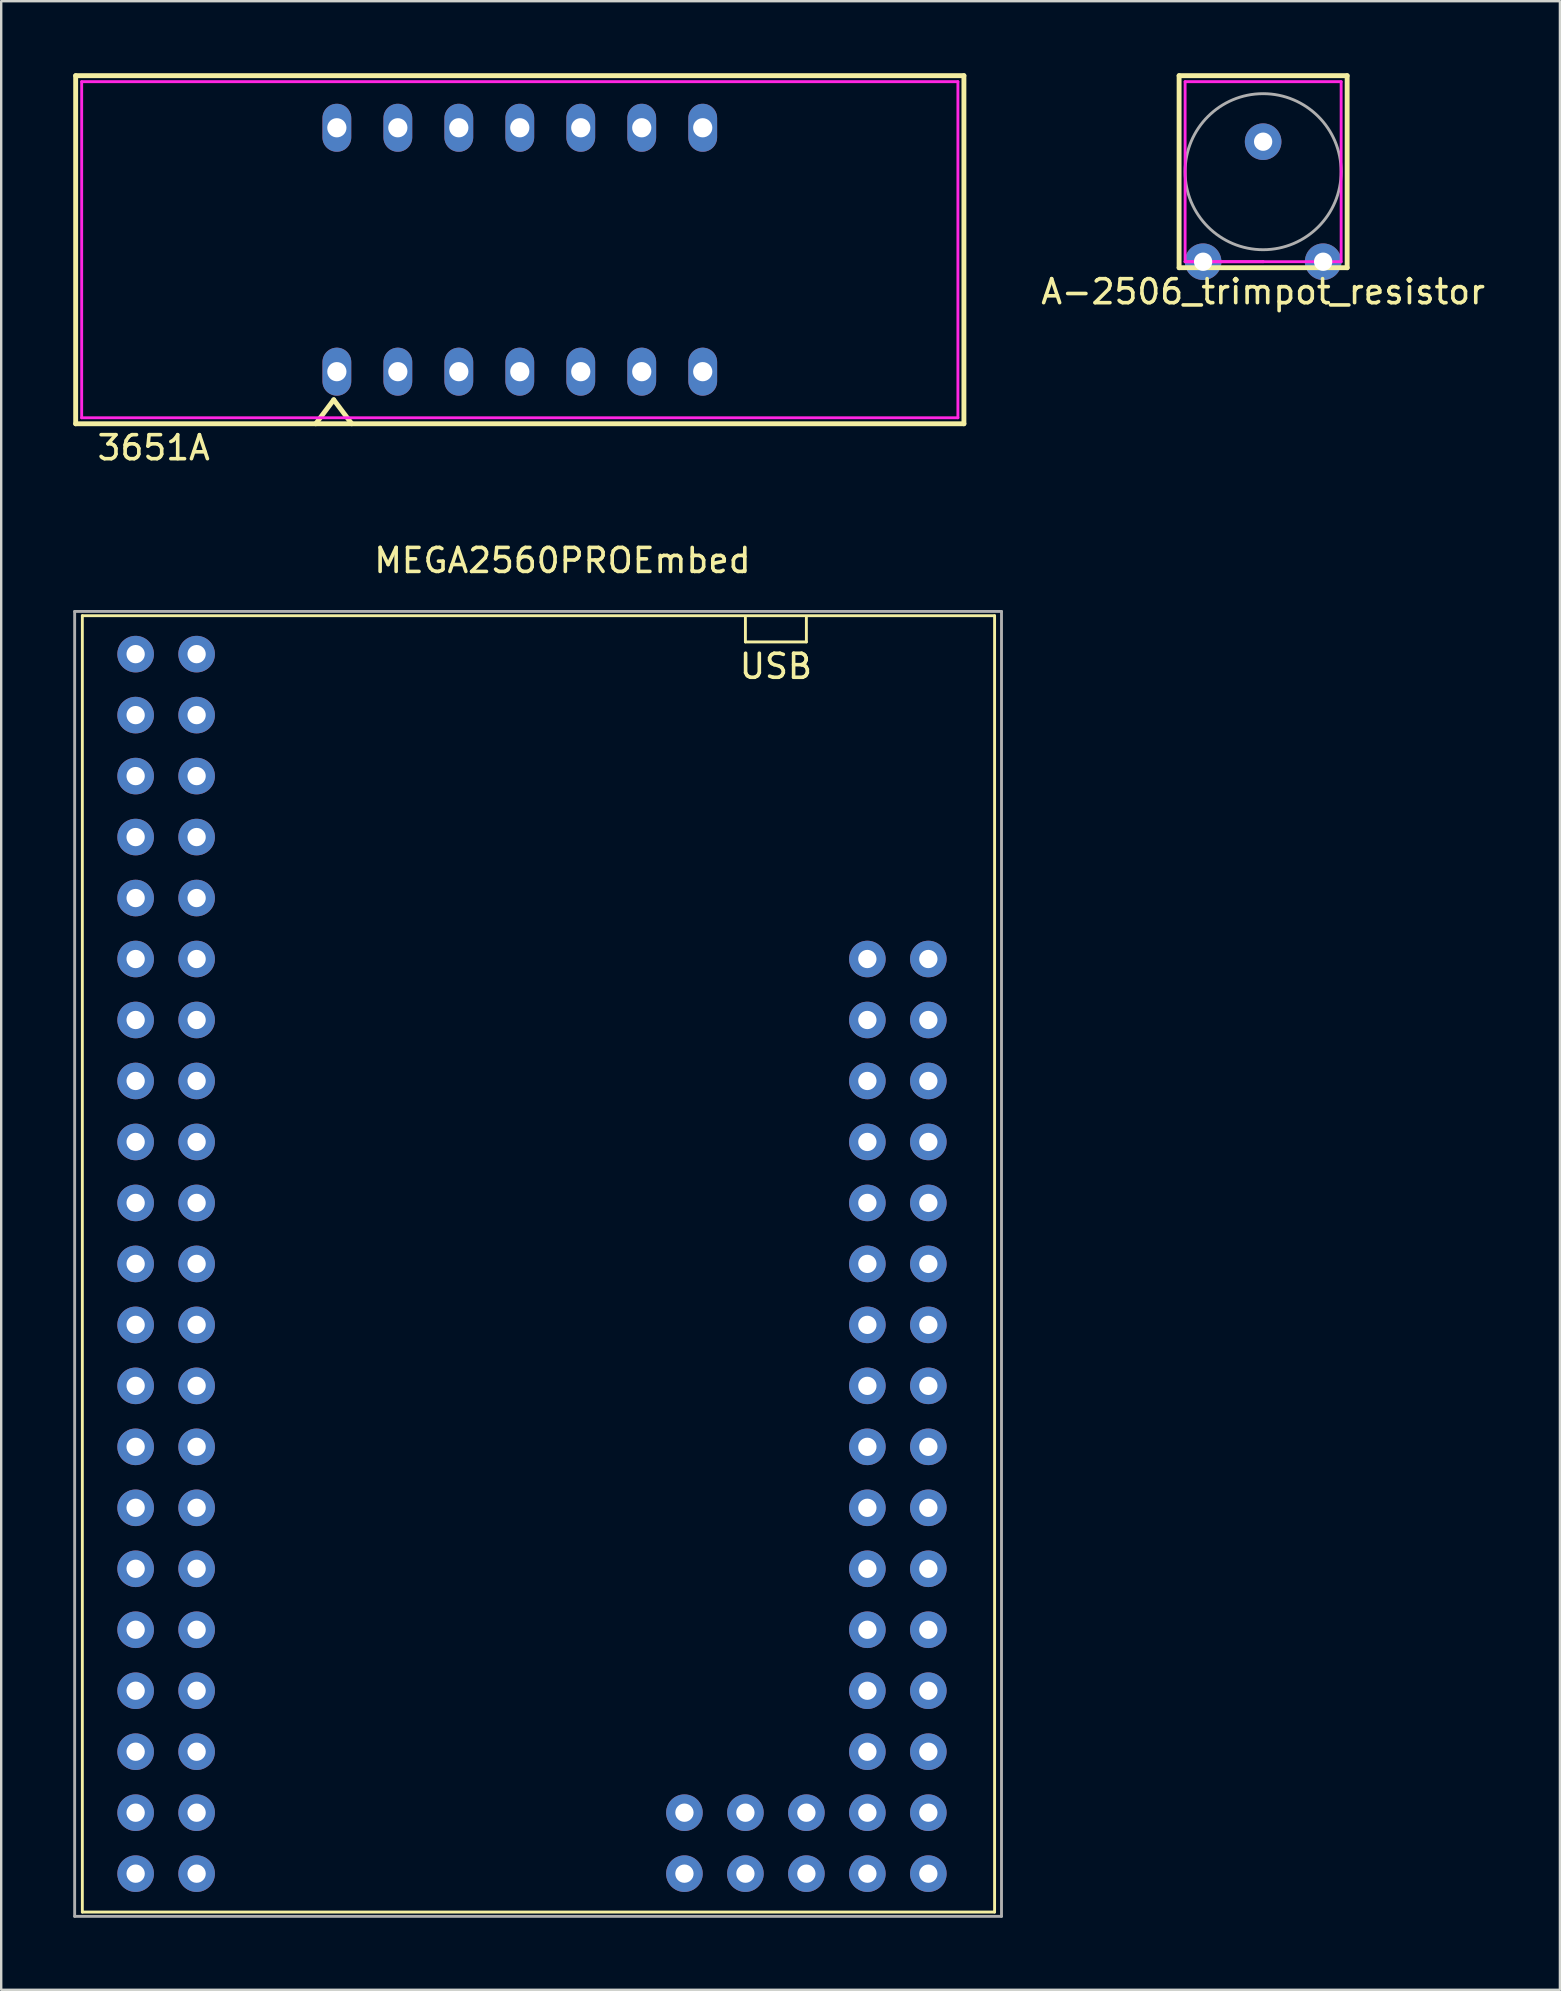
<source format=kicad_pcb>
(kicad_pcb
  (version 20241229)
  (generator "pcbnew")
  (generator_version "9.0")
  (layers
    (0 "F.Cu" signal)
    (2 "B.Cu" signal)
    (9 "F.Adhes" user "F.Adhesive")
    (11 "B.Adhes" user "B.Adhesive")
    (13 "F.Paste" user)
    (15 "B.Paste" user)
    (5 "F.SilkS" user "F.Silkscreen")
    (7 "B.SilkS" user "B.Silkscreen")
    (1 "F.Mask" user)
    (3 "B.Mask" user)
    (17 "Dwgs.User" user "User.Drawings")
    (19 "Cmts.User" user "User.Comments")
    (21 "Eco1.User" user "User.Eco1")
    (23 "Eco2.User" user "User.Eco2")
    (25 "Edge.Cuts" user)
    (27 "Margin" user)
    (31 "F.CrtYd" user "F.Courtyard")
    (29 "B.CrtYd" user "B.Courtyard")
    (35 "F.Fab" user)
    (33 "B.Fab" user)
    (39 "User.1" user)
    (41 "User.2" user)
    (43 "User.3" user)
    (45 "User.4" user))
  (footprint "A-2506_trimpot_resistor"
    (layer "F.Cu")
    (at 49.566 5.352)
    (property "Reference" "A-2506_trimpot_resistor" (at 0 3.75 0) (layer "F.SilkS") (effects (font (size 1 1) (thickness 0.15))))
    (attr through_hole)
    (fp_line (start -3.5 -5.25) (end 3.5 -5.25) (stroke (width 0.203) (type solid)) (layer "F.SilkS"))
    (fp_line (start -3.5 2.75) (end -3.5 -5.25) (stroke (width 0.203) (type solid)) (layer "F.SilkS"))
    (fp_line (start 3.5 -5.25) (end 3.5 2.75) (stroke (width 0.203) (type solid)) (layer "F.SilkS"))
    (fp_line (start 3.5 2.75) (end -3.5 2.75) (stroke (width 0.203) (type solid)) (layer "F.SilkS"))
    (fp_line (start -3.25 -5) (end -3.25 2.5) (stroke (width 0.12) (type solid)) (layer "F.CrtYd"))
    (fp_line (start -3.25 2.5) (end 0 2.5) (stroke (width 0.12) (type solid)) (layer "F.CrtYd"))
    (fp_line (start 0 2.5) (end -3.25 2.5) (stroke (width 0.12) (type solid)) (layer "F.CrtYd"))
    (fp_line (start 0 2.5) (end 3.25 2.5) (stroke (width 0.12) (type solid)) (layer "F.CrtYd"))
    (fp_line (start 3.25 -5) (end -3.25 -5) (stroke (width 0.12) (type solid)) (layer "F.CrtYd"))
    (fp_line (start 3.25 2.5) (end 3.25 -5) (stroke (width 0.12) (type solid)) (layer "F.CrtYd"))
    (fp_circle (center 0 -1.25) (end 3.25 -1.25) (stroke (width 0.12) (type solid)) (fill no) (layer "F.Fab"))
    (pad "1" thru_hole circle (at -2.5 2.5) (size 1.524 1.524) (drill 0.762) (layers "*.Cu" "*.Mask"))
    (pad "2" thru_hole circle (at 0 -2.5) (size 1.524 1.524) (drill 0.762) (layers "*.Cu" "*.Mask"))
    (pad "3" thru_hole circle (at 2.5 2.5) (size 1.524 1.524) (drill 0.762) (layers "*.Cu" "*.Mask")))
  (footprint "3651A"
    (layer "F.Cu")
    (at 18.602 7.352)
    (property "Reference" "3651A" (at -15.25 8.25 180) (layer "F.SilkS") (effects (font (size 1 1) (thickness 0.15))))
    (attr through_hole)
    (fp_line (start -18.5 -7.25) (end 18.5 -7.25) (stroke (width 0.203) (type solid)) (layer "F.SilkS"))
    (fp_line (start -18.5 7.25) (end -18.5 -7.25) (stroke (width 0.203) (type solid)) (layer "F.SilkS"))
    (fp_line (start -8.5 7.25) (end -7.75 6.25) (stroke (width 0.203) (type solid)) (layer "F.SilkS"))
    (fp_line (start -7.75 6.25) (end -7 7.25) (stroke (width 0.203) (type solid)) (layer "F.SilkS"))
    (fp_line (start 18.5 -7.25) (end 18.5 7.25) (stroke (width 0.203) (type solid)) (layer "F.SilkS"))
    (fp_line (start 18.5 7.25) (end -18.5 7.25) (stroke (width 0.203) (type solid)) (layer "F.SilkS"))
    (fp_line (start -18.25 -7) (end 18.25 -7) (stroke (width 0.12) (type solid)) (layer "F.CrtYd"))
    (fp_line (start -18.25 7) (end -18.25 -7) (stroke (width 0.12) (type solid)) (layer "F.CrtYd"))
    (fp_line (start 18.25 -7) (end 18.25 7) (stroke (width 0.12) (type solid)) (layer "F.CrtYd"))
    (fp_line (start 18.25 7) (end -18.25 7) (stroke (width 0.12) (type solid)) (layer "F.CrtYd"))
    (pad "1" thru_hole oval (at -7.62 5.08) (size 1.2 2) (drill 0.8) (layers "*.Cu" "*.Mask"))
    (pad "2" thru_hole oval (at -5.08 5.08) (size 1.2 2) (drill 0.8) (layers "*.Cu" "*.Mask"))
    (pad "3" thru_hole oval (at -2.54 5.08) (size 1.2 2) (drill 0.8) (layers "*.Cu" "*.Mask"))
    (pad "4" thru_hole oval (at 0 5.08) (size 1.2 2) (drill 0.8) (layers "*.Cu" "*.Mask"))
    (pad "5" thru_hole oval (at 2.54 5.08) (size 1.2 2) (drill 0.8) (layers "*.Cu" "*.Mask"))
    (pad "6" thru_hole oval (at 5.08 5.08) (size 1.2 2) (drill 0.8) (layers "*.Cu" "*.Mask"))
    (pad "7" thru_hole oval (at 7.62 5.08) (size 1.2 2) (drill 0.8) (layers "*.Cu" "*.Mask"))
    (pad "8" thru_hole oval (at 7.62 -5.08) (size 1.2 2) (drill 0.8) (layers "*.Cu" "*.Mask"))
    (pad "9" thru_hole oval (at 5.08 -5.08) (size 1.2 2) (drill 0.8) (layers "*.Cu" "*.Mask"))
    (pad "10" thru_hole oval (at 2.54 -5.08) (size 1.2 2) (drill 0.8) (layers "*.Cu" "*.Mask"))
    (pad "11" thru_hole oval (at 0 -5.08) (size 1.2 2) (drill 0.8) (layers "*.Cu" "*.Mask"))
    (pad "12" thru_hole oval (at -2.54 -5.08) (size 1.2 2) (drill 0.8) (layers "*.Cu" "*.Mask"))
    (pad "13" thru_hole oval (at -5.08 -5.08) (size 1.2 2) (drill 0.8) (layers "*.Cu" "*.Mask"))
    (pad "14" thru_hole oval (at -7.62 -5.08) (size 1.2 2) (drill 0.8) (layers "*.Cu" "*.Mask")))
  (footprint "MEGA2560PROEmbed"
    (layer "F.Cu")
    (at 20.38 49.598)
    (property "Reference" "MEGA2560PROEmbed" (at 0 -29.3 0) (layer "F.SilkS") (effects (font (size 1 1) (thickness 0.15))))
    (attr through_hole)
    (fp_line (start -20 -27) (end -20 27) (stroke (width 0.12) (type solid)) (layer "F.SilkS"))
    (fp_line (start -20 27) (end 18 27) (stroke (width 0.12) (type solid)) (layer "F.SilkS"))
    (fp_line (start 7.62 -26.924) (end 7.62 -25.908) (stroke (width 0.12) (type solid)) (layer "F.SilkS"))
    (fp_line (start 7.62 -25.908) (end 10.16 -25.908) (stroke (width 0.12) (type solid)) (layer "F.SilkS"))
    (fp_line (start 10.16 -25.908) (end 10.16 -26.924) (stroke (width 0.12) (type solid)) (layer "F.SilkS"))
    (fp_line (start 18 -27) (end -20 -27) (stroke (width 0.12) (type solid)) (layer "F.SilkS"))
    (fp_line (start 18 27) (end 18 -27) (stroke (width 0.12) (type solid)) (layer "F.SilkS"))
    (fp_line (start -20.32 -27.178) (end -20.32 27.178) (stroke (width 0.12) (type solid)) (layer "F.Fab"))
    (fp_line (start -20.32 27.178) (end 18.288 27.178) (stroke (width 0.12) (type solid)) (layer "F.Fab"))
    (fp_line (start 18.288 -27.178) (end -20.32 -27.178) (stroke (width 0.12) (type solid)) (layer "F.Fab"))
    (fp_line (start 18.288 27.178) (end 18.288 -27.178) (stroke (width 0.12) (type solid)) (layer "F.Fab"))
    (fp_text user "USB" (at 8.89 -24.892 0) (layer "F.SilkS") (effects (font (size 1 1) (thickness 0.15))))
    (pad "1" thru_hole circle (at -17.78 -25.4) (size 1.524 1.524) (drill 0.762) (layers "*.Cu" "*.Mask"))
    (pad "2" thru_hole circle (at -15.24 -25.4) (size 1.524 1.524) (drill 0.762) (layers "*.Cu" "*.Mask"))
    (pad "3" thru_hole circle (at -17.78 -22.86) (size 1.524 1.524) (drill 0.762) (layers "*.Cu" "*.Mask"))
    (pad "4" thru_hole circle (at -15.24 -22.86) (size 1.524 1.524) (drill 0.762) (layers "*.Cu" "*.Mask"))
    (pad "5" thru_hole circle (at -17.78 -20.32) (size 1.524 1.524) (drill 0.762) (layers "*.Cu" "*.Mask"))
    (pad "6" thru_hole circle (at -15.24 -20.32) (size 1.524 1.524) (drill 0.762) (layers "*.Cu" "*.Mask"))
    (pad "7" thru_hole circle (at -17.78 -17.78) (size 1.524 1.524) (drill 0.762) (layers "*.Cu" "*.Mask"))
    (pad "8" thru_hole circle (at -15.24 -17.78) (size 1.524 1.524) (drill 0.762) (layers "*.Cu" "*.Mask"))
    (pad "9" thru_hole circle (at -17.78 -15.24) (size 1.524 1.524) (drill 0.762) (layers "*.Cu" "*.Mask"))
    (pad "10" thru_hole circle (at -15.24 -15.24) (size 1.524 1.524) (drill 0.762) (layers "*.Cu" "*.Mask"))
    (pad "11" thru_hole circle (at -17.78 -12.7) (size 1.524 1.524) (drill 0.762) (layers "*.Cu" "*.Mask"))
    (pad "12" thru_hole circle (at -15.24 -12.7) (size 1.524 1.524) (drill 0.762) (layers "*.Cu" "*.Mask"))
    (pad "13" thru_hole circle (at -17.78 -10.16) (size 1.524 1.524) (drill 0.762) (layers "*.Cu" "*.Mask"))
    (pad "14" thru_hole circle (at -15.24 -10.16) (size 1.524 1.524) (drill 0.762) (layers "*.Cu" "*.Mask"))
    (pad "15" thru_hole circle (at -17.78 -7.62) (size 1.524 1.524) (drill 0.762) (layers "*.Cu" "*.Mask"))
    (pad "16" thru_hole circle (at -15.24 -7.62) (size 1.524 1.524) (drill 0.762) (layers "*.Cu" "*.Mask"))
    (pad "17" thru_hole circle (at -17.78 -5.08) (size 1.524 1.524) (drill 0.762) (layers "*.Cu" "*.Mask"))
    (pad "18" thru_hole circle (at -15.24 -5.08) (size 1.524 1.524) (drill 0.762) (layers "*.Cu" "*.Mask"))
    (pad "19" thru_hole circle (at -17.78 -2.54) (size 1.524 1.524) (drill 0.762) (layers "*.Cu" "*.Mask"))
    (pad "20" thru_hole circle (at -15.24 -2.54) (size 1.524 1.524) (drill 0.762) (layers "*.Cu" "*.Mask"))
    (pad "21" thru_hole circle (at -17.78 0) (size 1.524 1.524) (drill 0.762) (layers "*.Cu" "*.Mask"))
    (pad "22" thru_hole circle (at -15.24 0) (size 1.524 1.524) (drill 0.762) (layers "*.Cu" "*.Mask"))
    (pad "23" thru_hole circle (at -17.78 2.54) (size 1.524 1.524) (drill 0.762) (layers "*.Cu" "*.Mask"))
    (pad "24" thru_hole circle (at -15.24 2.54) (size 1.524 1.524) (drill 0.762) (layers "*.Cu" "*.Mask"))
    (pad "25" thru_hole circle (at -17.78 5.08) (size 1.524 1.524) (drill 0.762) (layers "*.Cu" "*.Mask"))
    (pad "26" thru_hole circle (at -15.24 5.08) (size 1.524 1.524) (drill 0.762) (layers "*.Cu" "*.Mask"))
    (pad "27" thru_hole circle (at -17.78 7.62) (size 1.524 1.524) (drill 0.762) (layers "*.Cu" "*.Mask"))
    (pad "28" thru_hole circle (at -15.24 7.62) (size 1.524 1.524) (drill 0.762) (layers "*.Cu" "*.Mask"))
    (pad "29" thru_hole circle (at -17.78 10.16) (size 1.524 1.524) (drill 0.762) (layers "*.Cu" "*.Mask"))
    (pad "30" thru_hole circle (at -15.24 10.16) (size 1.524 1.524) (drill 0.762) (layers "*.Cu" "*.Mask"))
    (pad "31" thru_hole circle (at -17.78 12.7) (size 1.524 1.524) (drill 0.762) (layers "*.Cu" "*.Mask"))
    (pad "32" thru_hole circle (at -15.24 12.7) (size 1.524 1.524) (drill 0.762) (layers "*.Cu" "*.Mask"))
    (pad "33" thru_hole circle (at -17.78 15.24) (size 1.524 1.524) (drill 0.762) (layers "*.Cu" "*.Mask"))
    (pad "34" thru_hole circle (at -15.24 15.24) (size 1.524 1.524) (drill 0.762) (layers "*.Cu" "*.Mask"))
    (pad "35" thru_hole circle (at -17.78 17.78) (size 1.524 1.524) (drill 0.762) (layers "*.Cu" "*.Mask"))
    (pad "36" thru_hole circle (at -15.24 17.78) (size 1.524 1.524) (drill 0.762) (layers "*.Cu" "*.Mask"))
    (pad "37" thru_hole circle (at -17.78 20.32) (size 1.524 1.524) (drill 0.762) (layers "*.Cu" "*.Mask"))
    (pad "38" thru_hole circle (at -15.24 20.32) (size 1.524 1.524) (drill 0.762) (layers "*.Cu" "*.Mask"))
    (pad "39" thru_hole circle (at -17.78 22.86) (size 1.524 1.524) (drill 0.762) (layers "*.Cu" "*.Mask"))
    (pad "40" thru_hole circle (at -15.24 22.86) (size 1.524 1.524) (drill 0.762) (layers "*.Cu" "*.Mask"))
    (pad "41" thru_hole circle (at -17.78 25.4) (size 1.524 1.524) (drill 0.762) (layers "*.Cu" "*.Mask"))
    (pad "42" thru_hole circle (at -15.24 25.4) (size 1.524 1.524) (drill 0.762) (layers "*.Cu" "*.Mask"))
    (pad "43" thru_hole circle (at 15.24 -12.7) (size 1.524 1.524) (drill 0.762) (layers "*.Cu" "*.Mask"))
    (pad "44" thru_hole circle (at 12.7 -12.7) (size 1.524 1.524) (drill 0.762) (layers "*.Cu" "*.Mask"))
    (pad "45" thru_hole circle (at 15.24 -10.16) (size 1.524 1.524) (drill 0.762) (layers "*.Cu" "*.Mask"))
    (pad "46" thru_hole circle (at 12.7 -10.16) (size 1.524 1.524) (drill 0.762) (layers "*.Cu" "*.Mask"))
    (pad "47" thru_hole circle (at 15.24 -7.62) (size 1.524 1.524) (drill 0.762) (layers "*.Cu" "*.Mask"))
    (pad "48" thru_hole circle (at 12.7 -7.62) (size 1.524 1.524) (drill 0.762) (layers "*.Cu" "*.Mask"))
    (pad "49" thru_hole circle (at 15.24 -5.08) (size 1.524 1.524) (drill 0.762) (layers "*.Cu" "*.Mask"))
    (pad "50" thru_hole circle (at 12.7 -5.08) (size 1.524 1.524) (drill 0.762) (layers "*.Cu" "*.Mask"))
    (pad "51" thru_hole circle (at 15.24 -2.54) (size 1.524 1.524) (drill 0.762) (layers "*.Cu" "*.Mask"))
    (pad "52" thru_hole circle (at 12.7 -2.54) (size 1.524 1.524) (drill 0.762) (layers "*.Cu" "*.Mask"))
    (pad "53" thru_hole circle (at 15.24 0) (size 1.524 1.524) (drill 0.762) (layers "*.Cu" "*.Mask"))
    (pad "54" thru_hole circle (at 12.7 0) (size 1.524 1.524) (drill 0.762) (layers "*.Cu" "*.Mask"))
    (pad "55" thru_hole circle (at 15.24 2.54) (size 1.524 1.524) (drill 0.762) (layers "*.Cu" "*.Mask"))
    (pad "56" thru_hole circle (at 12.7 2.54) (size 1.524 1.524) (drill 0.762) (layers "*.Cu" "*.Mask"))
    (pad "57" thru_hole circle (at 15.24 5.08) (size 1.524 1.524) (drill 0.762) (layers "*.Cu" "*.Mask"))
    (pad "58" thru_hole circle (at 12.7 5.08) (size 1.524 1.524) (drill 0.762) (layers "*.Cu" "*.Mask"))
    (pad "59" thru_hole circle (at 15.24 7.62) (size 1.524 1.524) (drill 0.762) (layers "*.Cu" "*.Mask"))
    (pad "60" thru_hole circle (at 12.7 7.62) (size 1.524 1.524) (drill 0.762) (layers "*.Cu" "*.Mask"))
    (pad "61" thru_hole circle (at 15.24 10.16) (size 1.524 1.524) (drill 0.762) (layers "*.Cu" "*.Mask"))
    (pad "62" thru_hole circle (at 12.7 10.16) (size 1.524 1.524) (drill 0.762) (layers "*.Cu" "*.Mask"))
    (pad "63" thru_hole circle (at 15.24 12.7) (size 1.524 1.524) (drill 0.762) (layers "*.Cu" "*.Mask"))
    (pad "64" thru_hole circle (at 12.7 12.7) (size 1.524 1.524) (drill 0.762) (layers "*.Cu" "*.Mask"))
    (pad "65" thru_hole circle (at 15.24 15.24) (size 1.524 1.524) (drill 0.762) (layers "*.Cu" "*.Mask"))
    (pad "66" thru_hole circle (at 12.7 15.24) (size 1.524 1.524) (drill 0.762) (layers "*.Cu" "*.Mask"))
    (pad "67" thru_hole circle (at 15.24 17.78) (size 1.524 1.524) (drill 0.762) (layers "*.Cu" "*.Mask"))
    (pad "68" thru_hole circle (at 12.7 17.78) (size 1.524 1.524) (drill 0.762) (layers "*.Cu" "*.Mask"))
    (pad "69" thru_hole circle (at 15.24 20.32) (size 1.524 1.524) (drill 0.762) (layers "*.Cu" "*.Mask"))
    (pad "70" thru_hole circle (at 12.7 20.32) (size 1.524 1.524) (drill 0.762) (layers "*.Cu" "*.Mask"))
    (pad "71" thru_hole circle (at 15.24 22.86) (size 1.524 1.524) (drill 0.762) (layers "*.Cu" "*.Mask"))
    (pad "72" thru_hole circle (at 12.7 22.86) (size 1.524 1.524) (drill 0.762) (layers "*.Cu" "*.Mask"))
    (pad "73" thru_hole circle (at 15.24 25.4) (size 1.524 1.524) (drill 0.762) (layers "*.Cu" "*.Mask"))
    (pad "74" thru_hole circle (at 12.7 25.4) (size 1.524 1.524) (drill 0.762) (layers "*.Cu" "*.Mask"))
    (pad "75" thru_hole circle (at 10.16 25.4) (size 1.524 1.524) (drill 0.762) (layers "*.Cu" "*.Mask"))
    (pad "76" thru_hole circle (at 10.16 22.86) (size 1.524 1.524) (drill 0.762) (layers "*.Cu" "*.Mask"))
    (pad "77" thru_hole circle (at 7.62 25.4) (size 1.524 1.524) (drill 0.762) (layers "*.Cu" "*.Mask"))
    (pad "78" thru_hole circle (at 7.62 22.86) (size 1.524 1.524) (drill 0.762) (layers "*.Cu" "*.Mask"))
    (pad "79" thru_hole circle (at 5.08 25.4) (size 1.524 1.524) (drill 0.762) (layers "*.Cu" "*.Mask"))
    (pad "80" thru_hole circle (at 5.08 22.86) (size 1.524 1.524) (drill 0.762) (layers "*.Cu" "*.Mask")))
  (gr_rect
    (start -3 -3)
    (end 61.929 79.836)
    (stroke (width 0.1) (type default))
    (fill no)
    (layer "Edge.Cuts")))
</source>
